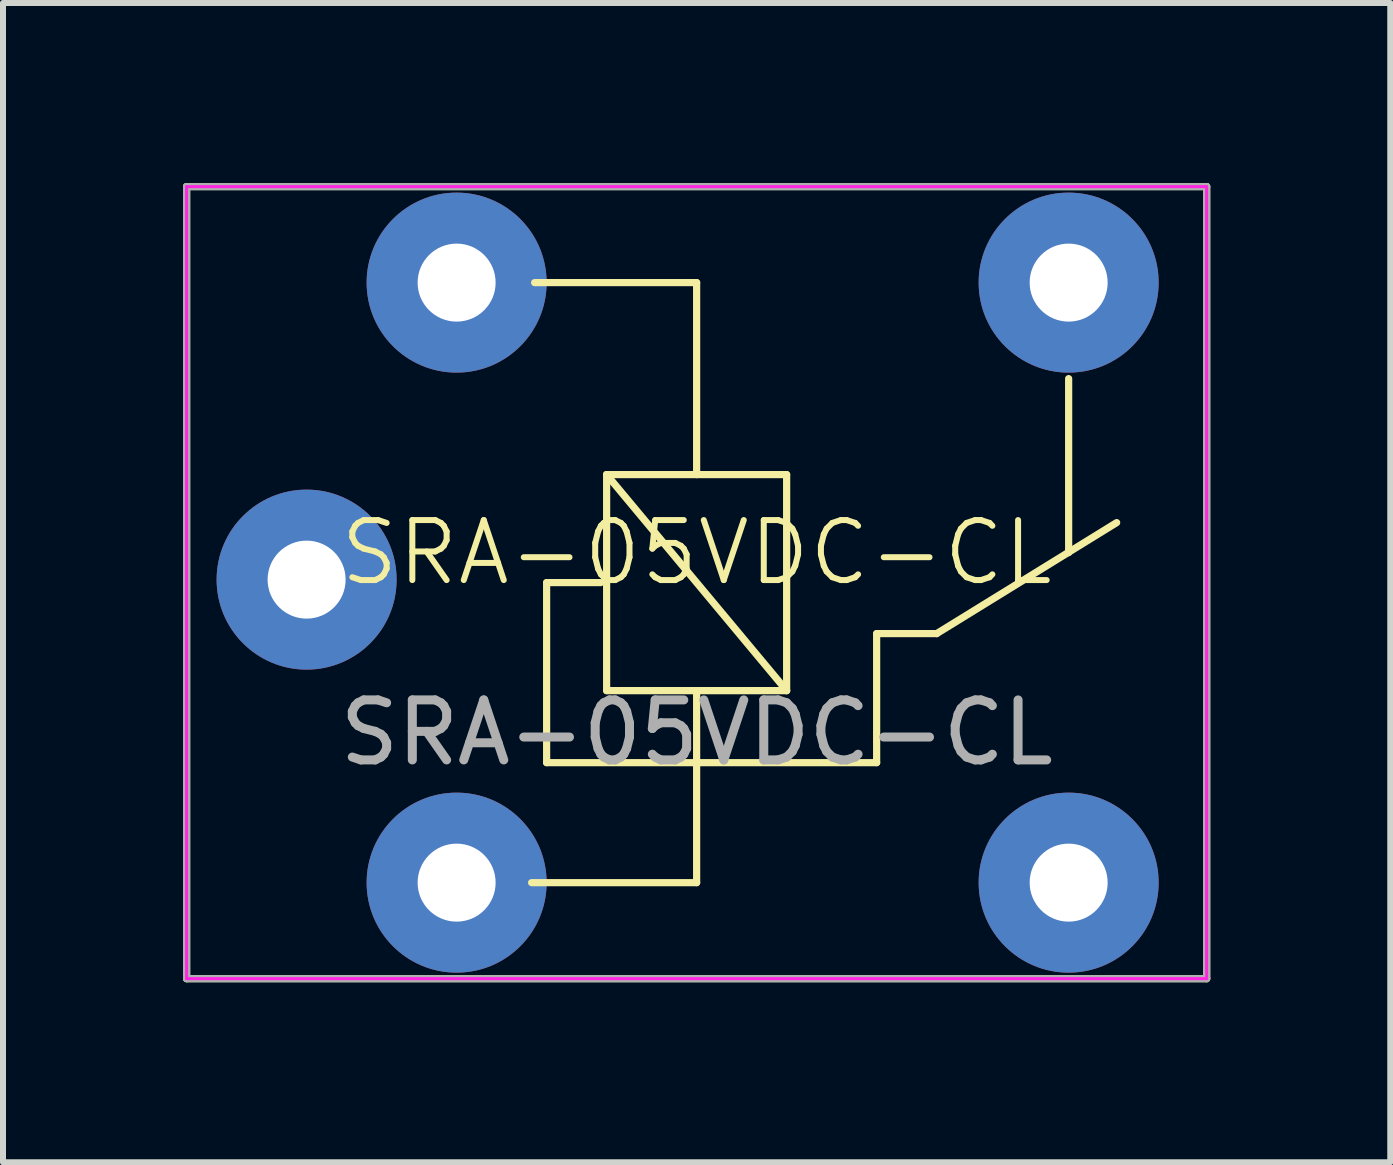
<source format=kicad_pcb>
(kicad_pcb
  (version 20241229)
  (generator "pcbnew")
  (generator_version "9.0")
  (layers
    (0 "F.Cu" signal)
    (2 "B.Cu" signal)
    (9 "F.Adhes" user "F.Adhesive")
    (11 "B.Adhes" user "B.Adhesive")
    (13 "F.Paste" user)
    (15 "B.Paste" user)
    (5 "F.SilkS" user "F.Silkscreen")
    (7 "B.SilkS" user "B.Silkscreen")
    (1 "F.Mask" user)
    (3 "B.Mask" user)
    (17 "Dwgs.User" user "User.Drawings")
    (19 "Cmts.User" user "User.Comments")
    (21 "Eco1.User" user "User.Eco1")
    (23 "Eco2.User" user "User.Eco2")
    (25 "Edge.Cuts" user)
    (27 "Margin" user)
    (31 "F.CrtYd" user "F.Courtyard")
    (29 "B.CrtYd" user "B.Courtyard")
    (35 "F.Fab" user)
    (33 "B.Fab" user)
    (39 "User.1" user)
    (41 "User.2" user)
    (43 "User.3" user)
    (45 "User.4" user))
  (footprint "SRA-05VDC-CL"
    (layer "F.Cu")
    (at 8.56 6.66)
    (property "Reference" "SRA-05VDC-CL" (at 0 -0.5 0) (unlocked yes) (layer "F.SilkS") (effects (font (size 1 1) (thickness 0.1))))
    (attr through_hole)
    (fp_line (start -8.5 6.6) (end -8.5 -6.6) (stroke (width 0.12) (type solid)) (layer "F.SilkS"))
    (fp_line (start -8.5 6.6) (end 8.5 6.6) (stroke (width 0.12) (type solid)) (layer "F.SilkS"))
    (fp_line (start -2.7 -5) (end 0 -5) (stroke (width 0.12) (type solid)) (layer "F.SilkS"))
    (fp_line (start -2.5 0) (end -1.6 0) (stroke (width 0.12) (type solid)) (layer "F.SilkS"))
    (fp_line (start -2.5 3) (end -2.5 0) (stroke (width 0.12) (type solid)) (layer "F.SilkS"))
    (fp_line (start -2.5 3) (end 3 3) (stroke (width 0.12) (type solid)) (layer "F.SilkS"))
    (fp_line (start -1.5 -1.8) (end -1.5 1.8) (stroke (width 0.12) (type solid)) (layer "F.SilkS"))
    (fp_line (start -1.5 -1.8) (end 1.5 1.8) (stroke (width 0.12) (type solid)) (layer "F.SilkS"))
    (fp_line (start -1.5 1.8) (end 1.5 1.8) (stroke (width 0.12) (type solid)) (layer "F.SilkS"))
    (fp_line (start 0 -1.8) (end 0 -5) (stroke (width 0.12) (type solid)) (layer "F.SilkS"))
    (fp_line (start 0 5) (end -2.75 5) (stroke (width 0.12) (type solid)) (layer "F.SilkS"))
    (fp_line (start 0 5) (end 0 1.8) (stroke (width 0.12) (type solid)) (layer "F.SilkS"))
    (fp_line (start 1.5 -1.8) (end -1.5 -1.8) (stroke (width 0.12) (type solid)) (layer "F.SilkS"))
    (fp_line (start 1.5 1.8) (end 1.5 -1.8) (stroke (width 0.12) (type solid)) (layer "F.SilkS"))
    (fp_line (start 3 3) (end 3 0.85) (stroke (width 0.12) (type solid)) (layer "F.SilkS"))
    (fp_line (start 4 0.85) (end 3 0.85) (stroke (width 0.12) (type solid)) (layer "F.SilkS"))
    (fp_line (start 6.2 -0.5) (end 6.2 -3.4) (stroke (width 0.12) (type solid)) (layer "F.SilkS"))
    (fp_line (start 7 -1) (end 4 0.85) (stroke (width 0.12) (type solid)) (layer "F.SilkS"))
    (fp_line (start 8.5 -6.6) (end -8.5 -6.6) (stroke (width 0.12) (type solid)) (layer "F.SilkS"))
    (fp_line (start 8.5 6.6) (end 8.5 -6.6) (stroke (width 0.12) (type solid)) (layer "F.SilkS"))
    (fp_line (start -8.5 -6.6) (end -8.5 6.6) (stroke (width 0.05) (type solid)) (layer "F.CrtYd"))
    (fp_line (start -8.5 -6.6) (end 8.5 -6.6) (stroke (width 0.05) (type solid)) (layer "F.CrtYd"))
    (fp_line (start 8.5 6.6) (end -8.5 6.6) (stroke (width 0.05) (type solid)) (layer "F.CrtYd"))
    (fp_line (start 8.5 6.6) (end 8.5 -6.6) (stroke (width 0.05) (type solid)) (layer "F.CrtYd"))
    (fp_line (start -8.5 -6.6) (end -8.5 6.6) (stroke (width 0.12) (type solid)) (layer "F.Fab"))
    (fp_line (start -8.5 6.6) (end 8.5 6.6) (stroke (width 0.12) (type solid)) (layer "F.Fab"))
    (fp_line (start 8.5 -6.6) (end -8.5 -6.6) (stroke (width 0.12) (type solid)) (layer "F.Fab"))
    (fp_line (start 8.5 6.6) (end 8.5 -6.6) (stroke (width 0.12) (type solid)) (layer "F.Fab"))
    (fp_text user "${REFERENCE}" (at 0 2.5 0) (unlocked yes) (layer "F.Fab") (effects (font (size 1 1) (thickness 0.15))))
    (pad "1" thru_hole circle (at -6.5 -0.05 90) (size 3 3) (drill 1.3) (layers "*.Cu" "*.Mask"))
    (pad "2" thru_hole circle (at -4 5 90) (size 3 3) (drill 1.3) (layers "*.Cu" "*.Mask"))
    (pad "3" thru_hole circle (at 6.2 5 90) (size 3 3) (drill 1.3) (layers "*.Cu" "*.Mask"))
    (pad "4" thru_hole circle (at 6.2 -5 90) (size 3 3) (drill 1.3) (layers "*.Cu" "*.Mask"))
    (pad "5" thru_hole circle (at -4 -5 90) (size 3 3) (drill 1.3) (layers "*.Cu" "*.Mask")))
  (gr_rect
    (start -3 -3)
    (end 20.12 16.32)
    (stroke (width 0.1) (type default))
    (fill no)
    (layer "Edge.Cuts")))
</source>
